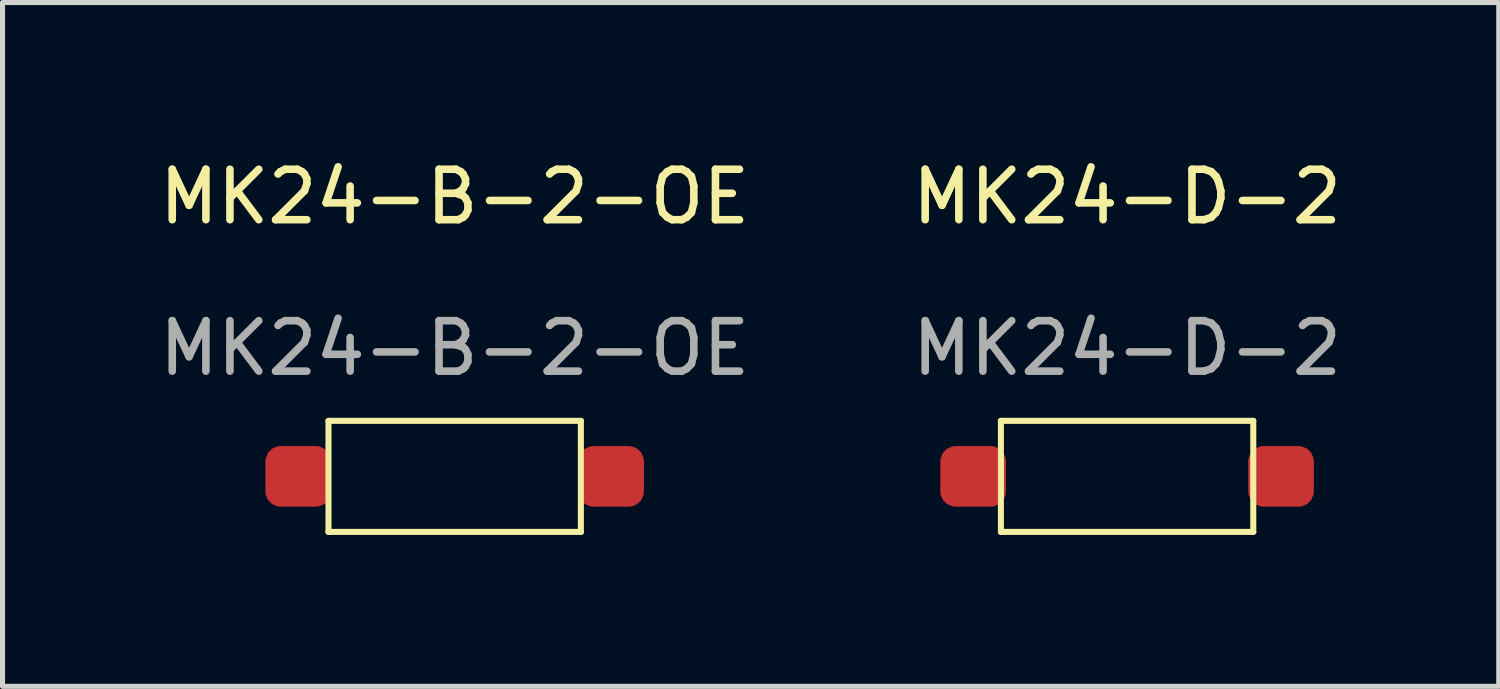
<source format=kicad_pcb>
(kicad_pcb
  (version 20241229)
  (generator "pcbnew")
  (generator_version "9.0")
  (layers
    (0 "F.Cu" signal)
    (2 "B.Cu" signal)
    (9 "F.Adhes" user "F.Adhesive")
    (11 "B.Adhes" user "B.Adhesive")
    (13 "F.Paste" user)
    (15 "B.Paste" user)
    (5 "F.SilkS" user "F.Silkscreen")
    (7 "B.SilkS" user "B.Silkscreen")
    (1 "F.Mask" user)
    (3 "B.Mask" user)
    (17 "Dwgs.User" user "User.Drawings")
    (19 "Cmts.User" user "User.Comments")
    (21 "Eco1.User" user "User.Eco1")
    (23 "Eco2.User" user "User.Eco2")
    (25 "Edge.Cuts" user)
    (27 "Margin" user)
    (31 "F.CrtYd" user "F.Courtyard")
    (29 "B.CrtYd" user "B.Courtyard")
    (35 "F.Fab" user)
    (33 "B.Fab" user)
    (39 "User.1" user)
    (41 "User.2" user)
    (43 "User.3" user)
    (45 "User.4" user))
  (footprint "MK24-D-2"
    (layer "F.Cu")
    (at 19.28 6.388)
    (property "Reference" "MK24-D-2" (at 0 -5.54 0) (unlocked yes) (layer "F.SilkS") (effects (font (size 1 1) (thickness 0.15))))
    (attr smd)
    (fp_line (start -2.5 -1.1) (end -2.5 1.1) (stroke (width 0.12) (type solid)) (layer "F.SilkS"))
    (fp_line (start -2.5 1.1) (end 2.5 1.1) (stroke (width 0.12) (type solid)) (layer "F.SilkS"))
    (fp_line (start 2.5 -1.1) (end -2.5 -1.1) (stroke (width 0.12) (type solid)) (layer "F.SilkS"))
    (fp_line (start 2.5 1.1) (end 2.5 -1.1) (stroke (width 0.12) (type solid)) (layer "F.SilkS"))
    (fp_text user "${REFERENCE}" (at 0 -2.54 0) (unlocked yes) (layer "F.Fab") (effects (font (size 1 1) (thickness 0.15))))
    (pad "1" smd roundrect (at -3.05 0) (size 1.3 1.2) (layers "F.Cu" "F.Mask" "F.Paste") (roundrect_rratio 0.25))
    (pad "2" smd roundrect (at 3.05 0) (size 1.3 1.2) (layers "F.Cu" "F.Mask" "F.Paste") (roundrect_rratio 0.25)))
  (footprint "MK24-B-2-OE"
    (layer "F.Cu")
    (at 5.958 6.388)
    (property "Reference" "MK24-B-2-OE" (at 0 -5.54 0) (unlocked yes) (layer "F.SilkS") (effects (font (size 1 1) (thickness 0.15))))
    (attr smd)
    (fp_line (start -2.5 -1.1) (end -2.5 1.1) (stroke (width 0.12) (type solid)) (layer "F.SilkS"))
    (fp_line (start -2.5 1.1) (end 2.5 1.1) (stroke (width 0.12) (type solid)) (layer "F.SilkS"))
    (fp_line (start 2.5 -1.1) (end -2.5 -1.1) (stroke (width 0.12) (type solid)) (layer "F.SilkS"))
    (fp_line (start 2.5 1.1) (end 2.5 -1.1) (stroke (width 0.12) (type solid)) (layer "F.SilkS"))
    (fp_text user "${REFERENCE}" (at 0 -2.54 0) (unlocked yes) (layer "F.Fab") (effects (font (size 1 1) (thickness 0.15))))
    (pad "1" smd roundrect (at -3.1 0) (size 1.3 1.2) (layers "F.Cu" "F.Mask" "F.Paste") (roundrect_rratio 0.25))
    (pad "2" smd roundrect (at 3.1 0) (size 1.3 1.2) (layers "F.Cu" "F.Mask" "F.Paste") (roundrect_rratio 0.25)))
  (gr_rect
    (start -3 -3)
    (end 26.643 10.548)
    (stroke (width 0.1) (type default))
    (fill no)
    (layer "Edge.Cuts")))
</source>
